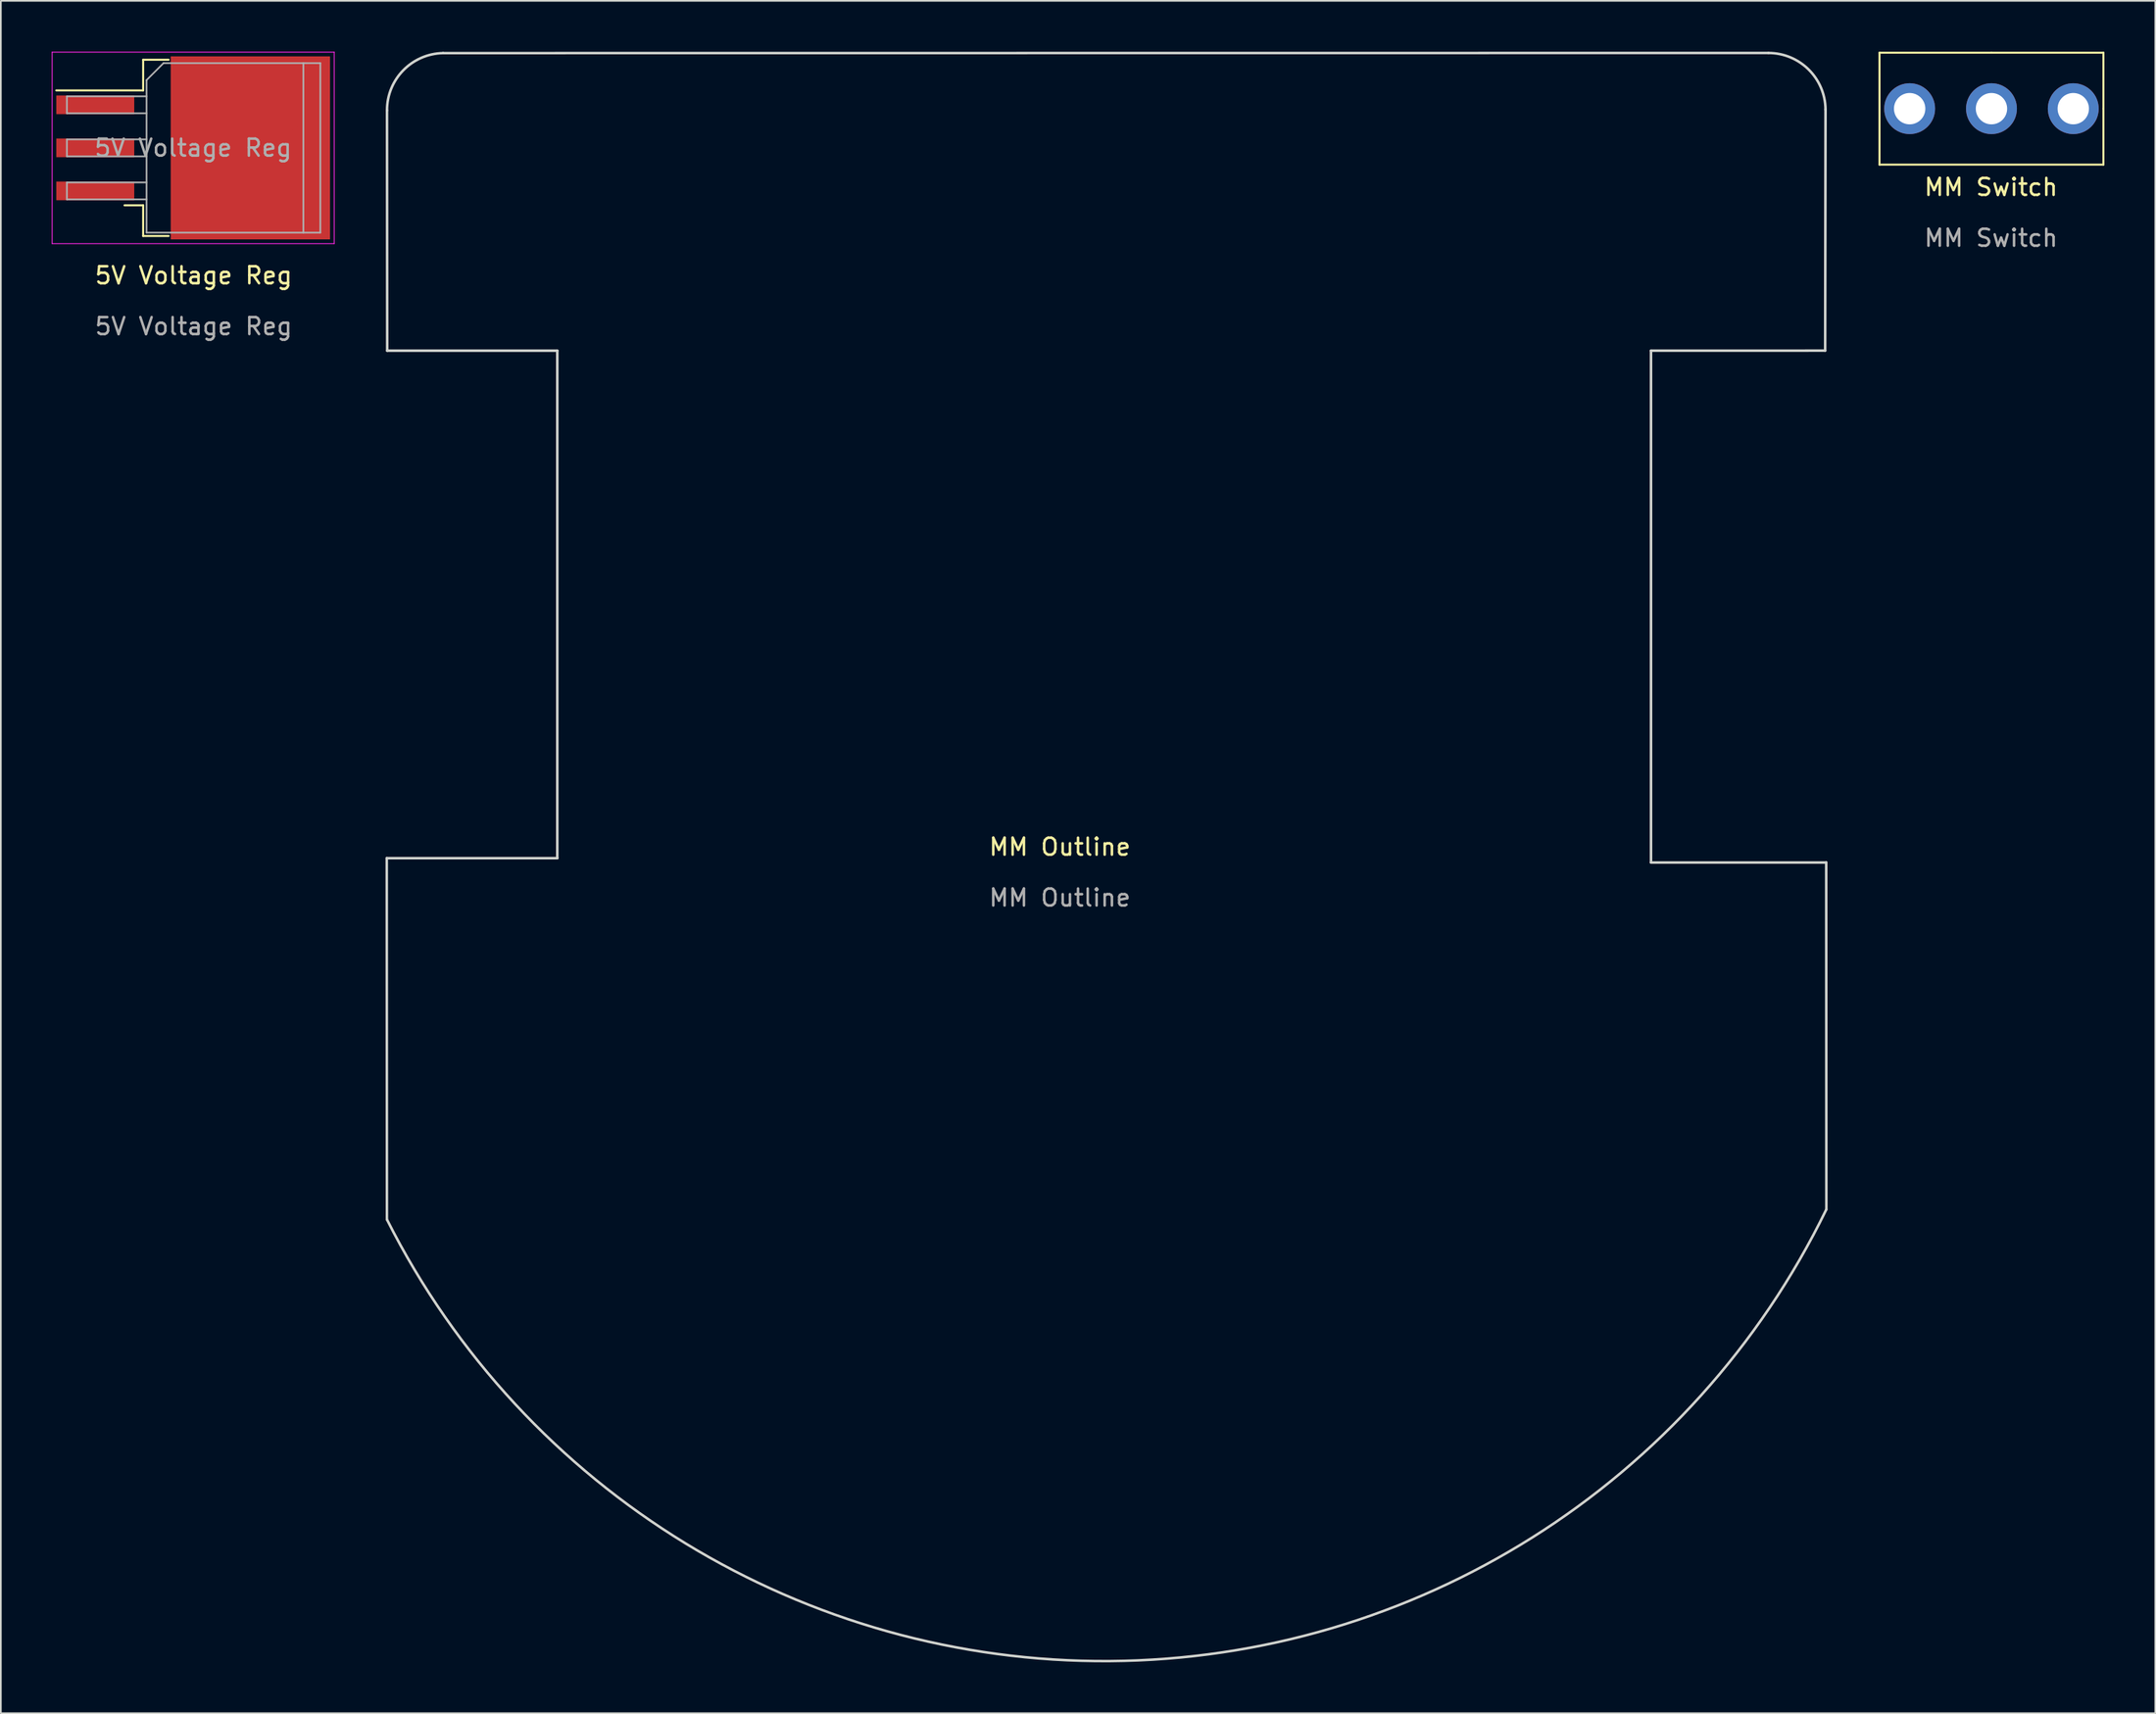
<source format=kicad_pcb>
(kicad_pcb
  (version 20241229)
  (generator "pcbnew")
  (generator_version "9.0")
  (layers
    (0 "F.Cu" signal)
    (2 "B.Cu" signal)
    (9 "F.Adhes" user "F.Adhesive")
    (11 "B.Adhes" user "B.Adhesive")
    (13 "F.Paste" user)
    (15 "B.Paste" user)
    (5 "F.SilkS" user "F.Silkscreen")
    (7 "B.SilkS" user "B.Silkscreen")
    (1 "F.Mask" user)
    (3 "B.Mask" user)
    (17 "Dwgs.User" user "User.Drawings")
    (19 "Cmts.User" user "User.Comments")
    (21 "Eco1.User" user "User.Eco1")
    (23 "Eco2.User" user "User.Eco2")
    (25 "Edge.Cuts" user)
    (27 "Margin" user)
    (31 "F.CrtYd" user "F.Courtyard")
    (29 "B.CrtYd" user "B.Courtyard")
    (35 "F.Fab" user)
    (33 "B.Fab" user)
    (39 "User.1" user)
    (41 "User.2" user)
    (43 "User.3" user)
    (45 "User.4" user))
  (footprint "MM Switch"
    (layer "F.Cu")
    (at 114.396 8.492)
    (property "Reference" "MM Switch" (at 0 -0.5 0) (unlocked yes) (layer "F.SilkS") (effects (font (size 1 1) (thickness 0.15))))
    (attr through_hole)
    (fp_line (start -6.578 -8.432) (end -6.578 -1.828) (stroke (width 0.12) (type solid)) (layer "F.SilkS"))
    (fp_line (start -6.578 -1.828) (end 6.63 -1.828) (stroke (width 0.12) (type solid)) (layer "F.SilkS"))
    (fp_line (start 0.026 -8.432) (end -6.578 -8.432) (stroke (width 0.12) (type solid)) (layer "F.SilkS"))
    (fp_line (start 6.63 -8.432) (end 0.026 -8.432) (stroke (width 0.12) (type solid)) (layer "F.SilkS"))
    (fp_line (start 6.63 -5.13) (end 6.63 -8.432) (stroke (width 0.12) (type solid)) (layer "F.SilkS"))
    (fp_line (start 6.63 -1.828) (end 6.63 -5.13) (stroke (width 0.12) (type solid)) (layer "F.SilkS"))
    (fp_text user "${REFERENCE}" (at 0 2.5 0) (unlocked yes) (layer "F.Fab") (effects (font (size 1 1) (thickness 0.15))))
    (pad "1" thru_hole circle (at 4.852 -5.13) (size 3 3) (drill 1.85) (layers "*.Cu" "*.Mask"))
    (pad "2" thru_hole circle (at 0.026 -5.13) (size 3 3) (drill 1.85) (layers "*.Cu" "*.Mask"))
    (pad "3" thru_hole circle (at -4.8 -5.13) (size 3 3) (drill 1.85) (layers "*.Cu" "*.Mask")))
  (footprint "MM Outline"
    (layer "F.Cu")
    (at 60.614 45.611)
    (property "Reference" "MM Outline" (at -1.145 1.311 0) (unlocked yes) (layer "F.SilkS") (effects (font (size 1 1) (thickness 0.15))))
    (fp_line (start -40.849 1.977) (end -30.791 1.977) (stroke (width 0.15) (type solid)) (layer "Edge.Cuts"))
    (fp_line (start -40.839 23.296) (end -40.849 1.977) (stroke (width 0.15) (type solid)) (layer "Edge.Cuts"))
    (fp_line (start -40.824 -27.969) (end -40.835 -42.145) (stroke (width 0.15) (type solid)) (layer "Edge.Cuts"))
    (fp_line (start -40.824 -27.969) (end -30.791 -27.969) (stroke (width 0.15) (type solid)) (layer "Edge.Cuts"))
    (fp_line (start -37.529 -45.528) (end 40.654 -45.536) (stroke (width 0.15) (type solid)) (layer "Edge.Cuts"))
    (fp_line (start -30.791 1.977) (end -30.791 -27.969) (stroke (width 0.15) (type solid)) (layer "Edge.Cuts"))
    (fp_line (start 33.725 -27.969) (end 33.725 2.231) (stroke (width 0.15) (type solid)) (layer "Edge.Cuts"))
    (fp_line (start 33.725 -27.969) (end 43.998 -27.972) (stroke (width 0.15) (type solid)) (layer "Edge.Cuts"))
    (fp_line (start 43.998 -27.972) (end 44.02 -42.203) (stroke (width 0.15) (type solid)) (layer "Edge.Cuts"))
    (fp_line (start 44.06 2.231) (end 33.725 2.231) (stroke (width 0.15) (type solid)) (layer "Edge.Cuts"))
    (fp_line (start 44.069 22.699) (end 44.06 2.231) (stroke (width 0.15) (type solid)) (layer "Edge.Cuts"))
    (fp_arc (start -40.834615 -42.145049) (mid -39.874933 -44.513591) (end -37.529452 -45.528331) (stroke (width 0.15) (type solid)) (layer "Edge.Cuts"))
    (fp_arc (start 40.654288 -45.535951) (mid 43.021008 -44.560307) (end 44.019792 -42.20326) (stroke (width 0.15) (type solid)) (layer "Edge.Cuts"))
    (fp_arc (start 44.068773 22.698962) (mid 1.8 49.35) (end -40.839072 23.295509) (stroke (width 0.15) (type solid)) (layer "Edge.Cuts"))
    (fp_text user "${REFERENCE}" (at -1.145 4.311 0) (unlocked yes) (layer "F.Fab") (effects (font (size 1 1) (thickness 0.15)))))
  (footprint "5V Voltage Reg"
    (layer "F.Cu")
    (at 8.371 13.705)
    (property "Reference" "5V Voltage Reg" (at 0 -0.5 0) (unlocked yes) (layer "F.SilkS") (effects (font (size 1 1) (thickness 0.15))))
    (attr smd)
    (fp_line (start -2.976 -13.23) (end -2.976 -11.42) (stroke (width 0.12) (type solid)) (layer "F.SilkS"))
    (fp_line (start -2.976 -11.42) (end -8.101 -11.42) (stroke (width 0.12) (type solid)) (layer "F.SilkS"))
    (fp_line (start -2.976 -4.64) (end -4.076 -4.64) (stroke (width 0.12) (type solid)) (layer "F.SilkS"))
    (fp_line (start -2.976 -2.83) (end -2.976 -4.64) (stroke (width 0.12) (type solid)) (layer "F.SilkS"))
    (fp_line (start -1.476 -13.23) (end -2.976 -13.23) (stroke (width 0.12) (type solid)) (layer "F.SilkS"))
    (fp_line (start -1.476 -2.83) (end -2.976 -2.83) (stroke (width 0.12) (type solid)) (layer "F.SilkS"))
    (fp_line (start -8.346 -13.68) (end -8.346 -2.38) (stroke (width 0.05) (type solid)) (layer "F.CrtYd"))
    (fp_line (start -8.346 -2.38) (end 8.294 -2.38) (stroke (width 0.05) (type solid)) (layer "F.CrtYd"))
    (fp_line (start 8.294 -13.68) (end -8.346 -13.68) (stroke (width 0.05) (type solid)) (layer "F.CrtYd"))
    (fp_line (start 8.294 -2.38) (end 8.294 -13.68) (stroke (width 0.05) (type solid)) (layer "F.CrtYd"))
    (fp_line (start -7.476 -11.07) (end -7.476 -10.07) (stroke (width 0.1) (type solid)) (layer "F.Fab"))
    (fp_line (start -7.476 -10.07) (end -2.776 -10.07) (stroke (width 0.1) (type solid)) (layer "F.Fab"))
    (fp_line (start -7.476 -8.53) (end -7.476 -7.53) (stroke (width 0.1) (type solid)) (layer "F.Fab"))
    (fp_line (start -7.476 -7.53) (end -2.776 -7.53) (stroke (width 0.1) (type solid)) (layer "F.Fab"))
    (fp_line (start -7.476 -5.99) (end -7.476 -4.99) (stroke (width 0.1) (type solid)) (layer "F.Fab"))
    (fp_line (start -7.476 -4.99) (end -2.776 -4.99) (stroke (width 0.1) (type solid)) (layer "F.Fab"))
    (fp_line (start -2.776 -12.03) (end -1.776 -13.03) (stroke (width 0.1) (type solid)) (layer "F.Fab"))
    (fp_line (start -2.776 -11.07) (end -7.476 -11.07) (stroke (width 0.1) (type solid)) (layer "F.Fab"))
    (fp_line (start -2.776 -8.53) (end -7.476 -8.53) (stroke (width 0.1) (type solid)) (layer "F.Fab"))
    (fp_line (start -2.776 -5.99) (end -7.476 -5.99) (stroke (width 0.1) (type solid)) (layer "F.Fab"))
    (fp_line (start -2.776 -3.03) (end -2.776 -12.03) (stroke (width 0.1) (type solid)) (layer "F.Fab"))
    (fp_line (start -1.776 -13.03) (end 6.474 -13.03) (stroke (width 0.1) (type solid)) (layer "F.Fab"))
    (fp_line (start 6.474 -13.03) (end 6.474 -3.03) (stroke (width 0.1) (type solid)) (layer "F.Fab"))
    (fp_line (start 6.474 -13.03) (end 7.474 -13.03) (stroke (width 0.1) (type solid)) (layer "F.Fab"))
    (fp_line (start 6.474 -3.03) (end -2.776 -3.03) (stroke (width 0.1) (type solid)) (layer "F.Fab"))
    (fp_line (start 7.474 -13.03) (end 7.474 -3.03) (stroke (width 0.1) (type solid)) (layer "F.Fab"))
    (fp_line (start 7.474 -3.03) (end 6.474 -3.03) (stroke (width 0.1) (type solid)) (layer "F.Fab"))
    (fp_text user "${REFERENCE}" (at -0.026 -8.03 180) (layer "F.Fab") (effects (font (size 1 1) (thickness 0.15))))
    (fp_text user "${REFERENCE}" (at 0 2.5 0) (unlocked yes) (layer "F.Fab") (effects (font (size 1 1) (thickness 0.15))))
    (pad "" smd rect (at 0.924 -10.805) (size 4.55 5.25) (layers "F.Paste"))
    (pad "" smd rect (at 0.924 -5.255) (size 4.55 5.25) (layers "F.Paste"))
    (pad "" smd rect (at 5.774 -10.805) (size 4.55 5.25) (layers "F.Paste"))
    (pad "" smd rect (at 5.774 -5.255) (size 4.55 5.25) (layers "F.Paste"))
    (pad "1" smd rect (at -5.801 -10.57) (size 4.6 1.1) (layers "F.Cu" "F.Mask" "F.Paste"))
    (pad "2" smd rect (at -5.801 -8.03) (size 4.6 1.1) (layers "F.Cu" "F.Mask" "F.Paste"))
    (pad "2" smd circle (at 0.228 -12.602) (size 1.524 1.524) (layers "F.Cu" "F.Mask" "F.Paste"))
    (pad "2" smd circle (at 0.228 -10.57) (size 1.524 1.524) (layers "F.Cu" "F.Mask" "F.Paste"))
    (pad "2" smd circle (at 0.228 -8.538) (size 1.524 1.524) (layers "F.Cu" "F.Mask" "F.Paste"))
    (pad "2" smd circle (at 0.228 -6.506) (size 1.524 1.524) (layers "F.Cu" "F.Mask" "F.Paste"))
    (pad "2" smd circle (at 0.228 -4.474) (size 1.524 1.524) (layers "F.Cu" "F.Mask" "F.Paste"))
    (pad "2" smd circle (at 2.26 -12.602) (size 1.524 1.524) (layers "F.Cu" "F.Mask" "F.Paste"))
    (pad "2" smd circle (at 2.26 -10.57) (size 1.524 1.524) (layers "F.Cu" "F.Mask" "F.Paste"))
    (pad "2" smd circle (at 2.26 -8.538) (size 1.524 1.524) (layers "F.Cu" "F.Mask" "F.Paste"))
    (pad "2" smd circle (at 2.26 -6.506) (size 1.524 1.524) (layers "F.Cu" "F.Mask" "F.Paste"))
    (pad "2" smd circle (at 2.26 -4.474) (size 1.524 1.524) (layers "F.Cu" "F.Mask" "F.Paste"))
    (pad "2" smd rect (at 3.349 -8.03) (size 9.4 10.8) (layers "F.Cu" "F.Mask"))
    (pad "2" smd circle (at 4.292 -12.602) (size 1.524 1.524) (layers "F.Cu" "F.Mask" "F.Paste"))
    (pad "2" smd circle (at 4.292 -10.57) (size 1.524 1.524) (layers "F.Cu" "F.Mask" "F.Paste"))
    (pad "2" smd circle (at 4.292 -8.538) (size 1.524 1.524) (layers "F.Cu" "F.Mask" "F.Paste"))
    (pad "2" smd circle (at 4.292 -6.506) (size 1.524 1.524) (layers "F.Cu" "F.Mask" "F.Paste"))
    (pad "2" smd circle (at 4.292 -4.474) (size 1.524 1.524) (layers "F.Cu" "F.Mask" "F.Paste"))
    (pad "2" smd circle (at 6.324 -12.602) (size 1.524 1.524) (layers "F.Cu" "F.Mask" "F.Paste"))
    (pad "2" smd circle (at 6.324 -10.57) (size 1.524 1.524) (layers "F.Cu" "F.Mask" "F.Paste"))
    (pad "2" smd circle (at 6.324 -8.538) (size 1.524 1.524) (layers "F.Cu" "F.Mask" "F.Paste"))
    (pad "2" smd circle (at 6.324 -6.506) (size 1.524 1.524) (layers "F.Cu" "F.Mask" "F.Paste"))
    (pad "2" smd circle (at 6.324 -4.474) (size 1.524 1.524) (layers "F.Cu" "F.Mask" "F.Paste"))
    (pad "3" smd rect (at -5.801 -5.49) (size 4.6 1.1) (layers "F.Cu" "F.Mask" "F.Paste")))
  (gr_rect
    (start -3 -3)
    (end 124.086 98.037)
    (stroke (width 0.1) (type default))
    (fill no)
    (layer "Edge.Cuts")))
</source>
